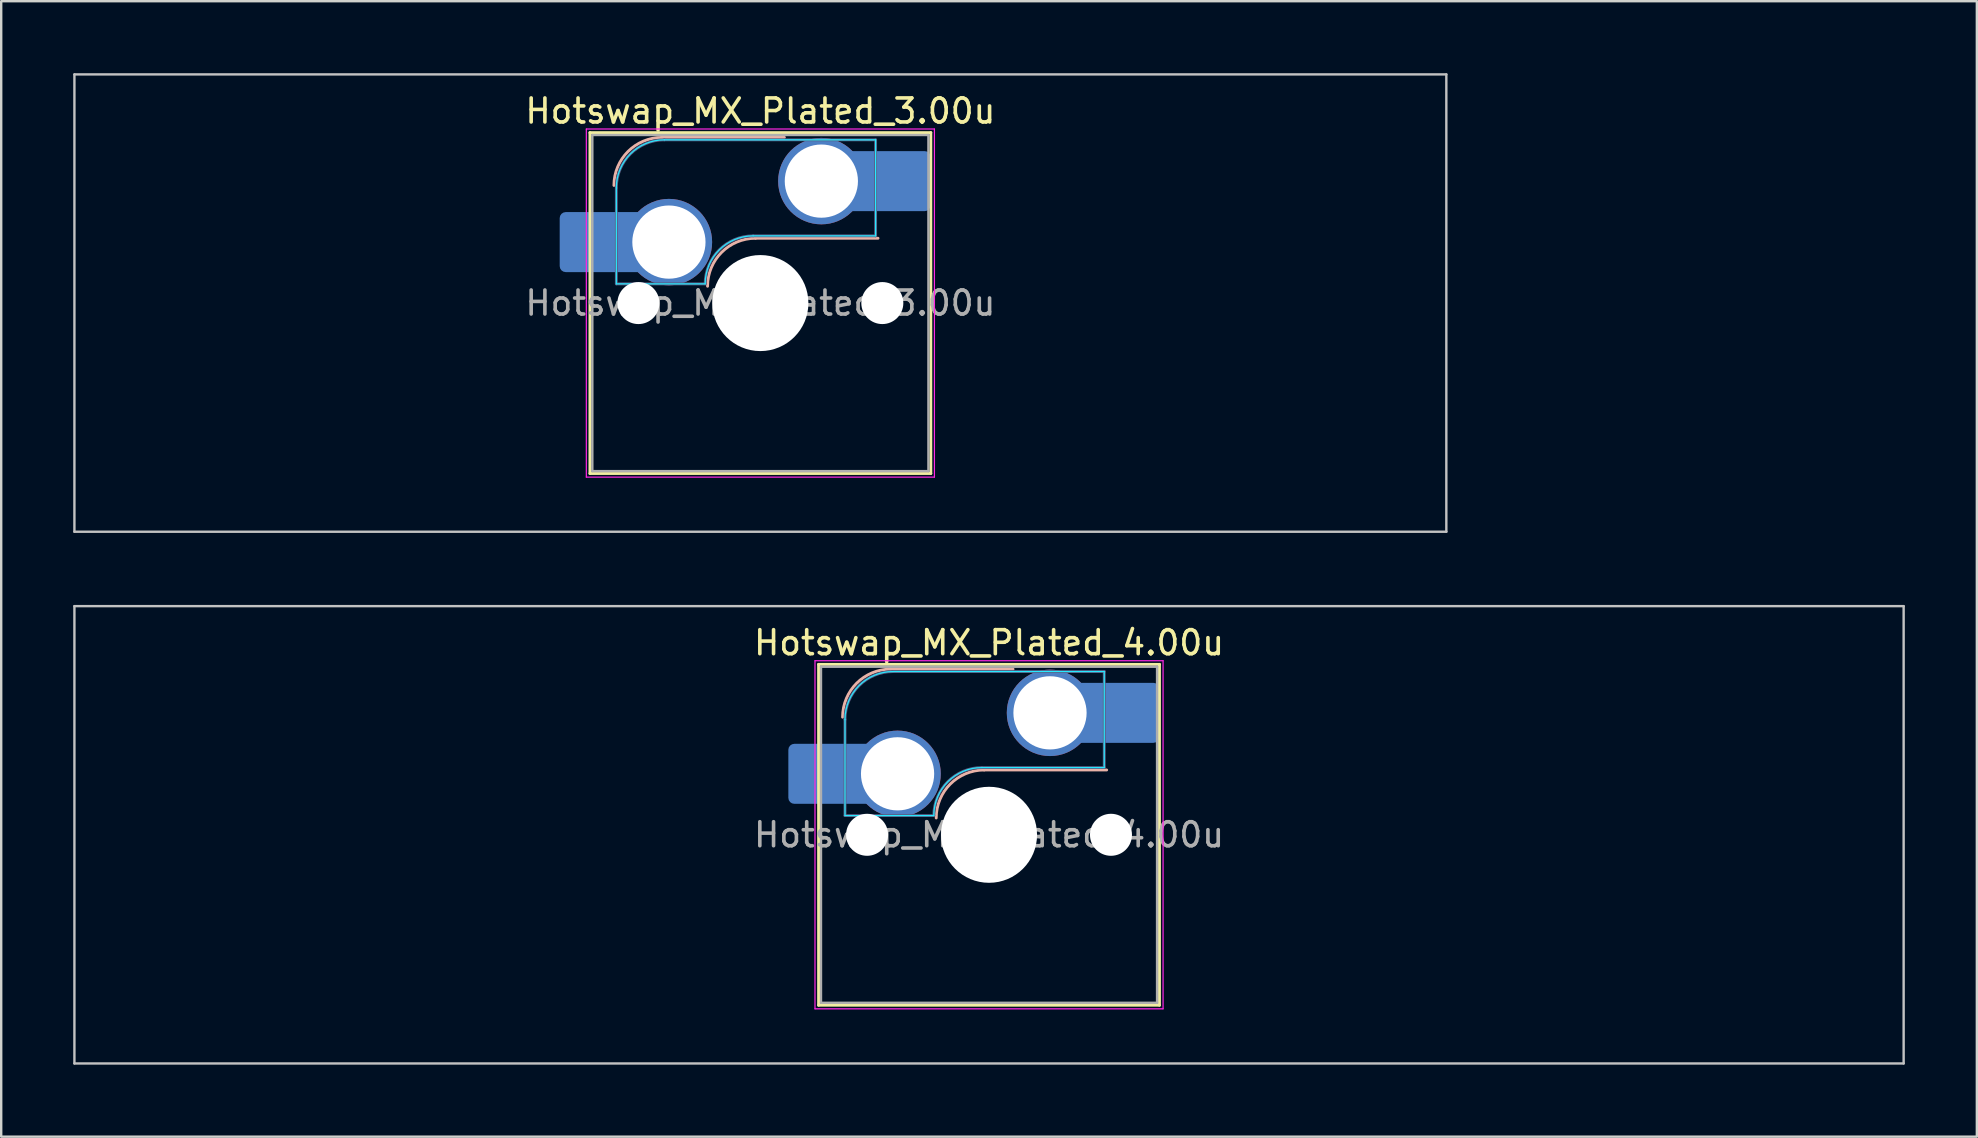
<source format=kicad_pcb>
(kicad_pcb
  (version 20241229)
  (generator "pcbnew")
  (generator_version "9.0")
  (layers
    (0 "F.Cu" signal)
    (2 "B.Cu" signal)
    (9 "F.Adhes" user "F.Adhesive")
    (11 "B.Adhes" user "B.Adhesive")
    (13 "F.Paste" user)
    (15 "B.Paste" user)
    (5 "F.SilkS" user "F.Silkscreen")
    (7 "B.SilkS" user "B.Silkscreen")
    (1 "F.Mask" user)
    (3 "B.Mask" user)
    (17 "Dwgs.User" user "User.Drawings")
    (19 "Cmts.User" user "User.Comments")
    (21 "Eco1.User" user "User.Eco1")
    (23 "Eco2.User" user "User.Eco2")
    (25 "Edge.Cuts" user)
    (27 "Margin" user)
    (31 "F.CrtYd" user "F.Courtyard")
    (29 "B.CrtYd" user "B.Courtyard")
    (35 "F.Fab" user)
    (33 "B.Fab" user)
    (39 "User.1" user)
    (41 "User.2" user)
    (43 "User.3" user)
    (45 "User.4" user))
  (footprint "Hotswap_MX_Plated_4.00u"
    (layer "F.Cu")
    (at 38.15 31.725)
    (property "Reference" "Hotswap_MX_Plated_4.00u" (at 0 -8 0) (layer "F.SilkS") (effects (font (size 1 1) (thickness 0.15))))
    (attr smd)
    (fp_line (start -7.1 -7.1) (end -7.1 7.1) (stroke (width 0.12) (type solid)) (layer "F.SilkS"))
    (fp_line (start -7.1 7.1) (end 7.1 7.1) (stroke (width 0.12) (type solid)) (layer "F.SilkS"))
    (fp_line (start 7.1 -7.1) (end -7.1 -7.1) (stroke (width 0.12) (type solid)) (layer "F.SilkS"))
    (fp_line (start 7.1 7.1) (end 7.1 -7.1) (stroke (width 0.12) (type solid)) (layer "F.SilkS"))
    (fp_line (start -4.1 -6.9) (end 1 -6.9) (stroke (width 0.12) (type solid)) (layer "B.SilkS"))
    (fp_line (start -0.2 -2.7) (end 4.9 -2.7) (stroke (width 0.12) (type solid)) (layer "B.SilkS"))
    (fp_arc (start -6.1 -4.9) (mid -5.514214 -6.314214) (end -4.1 -6.9) (stroke (width 0.12) (type solid)) (layer "B.SilkS"))
    (fp_arc (start -2.2 -0.7) (mid -1.614214 -2.114214) (end -0.2 -2.7) (stroke (width 0.12) (type solid)) (layer "B.SilkS"))
    (fp_line (start -38.1 -9.525) (end -38.1 9.525) (stroke (width 0.1) (type solid)) (layer "Dwgs.User"))
    (fp_line (start -38.1 9.525) (end 38.1 9.525) (stroke (width 0.1) (type solid)) (layer "Dwgs.User"))
    (fp_line (start 38.1 -9.525) (end -38.1 -9.525) (stroke (width 0.1) (type solid)) (layer "Dwgs.User"))
    (fp_line (start 38.1 9.525) (end 38.1 -9.525) (stroke (width 0.1) (type solid)) (layer "Dwgs.User"))
    (fp_line (start -7.8 -6) (end -7 -6) (stroke (width 0.1) (type solid)) (layer "Eco1.User"))
    (fp_line (start -7.8 -2.9) (end -7.8 -6) (stroke (width 0.1) (type solid)) (layer "Eco1.User"))
    (fp_line (start -7.8 2.9) (end -7 2.9) (stroke (width 0.1) (type solid)) (layer "Eco1.User"))
    (fp_line (start -7.8 6) (end -7.8 2.9) (stroke (width 0.1) (type solid)) (layer "Eco1.User"))
    (fp_line (start -7 -7) (end 7 -7) (stroke (width 0.1) (type solid)) (layer "Eco1.User"))
    (fp_line (start -7 -6) (end -7 -7) (stroke (width 0.1) (type solid)) (layer "Eco1.User"))
    (fp_line (start -7 -2.9) (end -7.8 -2.9) (stroke (width 0.1) (type solid)) (layer "Eco1.User"))
    (fp_line (start -7 2.9) (end -7 -2.9) (stroke (width 0.1) (type solid)) (layer "Eco1.User"))
    (fp_line (start -7 6) (end -7.8 6) (stroke (width 0.1) (type solid)) (layer "Eco1.User"))
    (fp_line (start -7 7) (end -7 6) (stroke (width 0.1) (type solid)) (layer "Eco1.User"))
    (fp_line (start 7 -7) (end 7 -6) (stroke (width 0.1) (type solid)) (layer "Eco1.User"))
    (fp_line (start 7 -6) (end 7.8 -6) (stroke (width 0.1) (type solid)) (layer "Eco1.User"))
    (fp_line (start 7 -2.9) (end 7 2.9) (stroke (width 0.1) (type solid)) (layer "Eco1.User"))
    (fp_line (start 7 2.9) (end 7.8 2.9) (stroke (width 0.1) (type solid)) (layer "Eco1.User"))
    (fp_line (start 7 6) (end 7 7) (stroke (width 0.1) (type solid)) (layer "Eco1.User"))
    (fp_line (start 7 7) (end -7 7) (stroke (width 0.1) (type solid)) (layer "Eco1.User"))
    (fp_line (start 7.8 -6) (end 7.8 -2.9) (stroke (width 0.1) (type solid)) (layer "Eco1.User"))
    (fp_line (start 7.8 -2.9) (end 7 -2.9) (stroke (width 0.1) (type solid)) (layer "Eco1.User"))
    (fp_line (start 7.8 2.9) (end 7.8 6) (stroke (width 0.1) (type solid)) (layer "Eco1.User"))
    (fp_line (start 7.8 6) (end 7 6) (stroke (width 0.1) (type solid)) (layer "Eco1.User"))
    (fp_line (start -6 -0.8) (end -6 -4.8) (stroke (width 0.05) (type solid)) (layer "B.CrtYd"))
    (fp_line (start -6 -0.8) (end -2.3 -0.8) (stroke (width 0.05) (type solid)) (layer "B.CrtYd"))
    (fp_line (start -4 -6.8) (end 4.8 -6.8) (stroke (width 0.05) (type solid)) (layer "B.CrtYd"))
    (fp_line (start -0.3 -2.8) (end 4.8 -2.8) (stroke (width 0.05) (type solid)) (layer "B.CrtYd"))
    (fp_line (start 4.8 -6.8) (end 4.8 -2.8) (stroke (width 0.05) (type solid)) (layer "B.CrtYd"))
    (fp_arc (start -6 -4.8) (mid -5.414214 -6.214214) (end -4 -6.8) (stroke (width 0.05) (type solid)) (layer "B.CrtYd"))
    (fp_arc (start -2.3 -0.8) (mid -1.714214 -2.214214) (end -0.3 -2.8) (stroke (width 0.05) (type solid)) (layer "B.CrtYd"))
    (fp_line (start -7.25 -7.25) (end -7.25 7.25) (stroke (width 0.05) (type solid)) (layer "F.CrtYd"))
    (fp_line (start -7.25 7.25) (end 7.25 7.25) (stroke (width 0.05) (type solid)) (layer "F.CrtYd"))
    (fp_line (start 7.25 -7.25) (end -7.25 -7.25) (stroke (width 0.05) (type solid)) (layer "F.CrtYd"))
    (fp_line (start 7.25 7.25) (end 7.25 -7.25) (stroke (width 0.05) (type solid)) (layer "F.CrtYd"))
    (fp_line (start -6 -0.8) (end -6 -4.8) (stroke (width 0.12) (type solid)) (layer "B.Fab"))
    (fp_line (start -6 -0.8) (end -2.3 -0.8) (stroke (width 0.12) (type solid)) (layer "B.Fab"))
    (fp_line (start -4 -6.8) (end 4.8 -6.8) (stroke (width 0.12) (type solid)) (layer "B.Fab"))
    (fp_line (start -0.3 -2.8) (end 4.8 -2.8) (stroke (width 0.12) (type solid)) (layer "B.Fab"))
    (fp_line (start 4.8 -6.8) (end 4.8 -2.8) (stroke (width 0.12) (type solid)) (layer "B.Fab"))
    (fp_arc (start -6 -4.8) (mid -5.414214 -6.214214) (end -4 -6.8) (stroke (width 0.12) (type solid)) (layer "B.Fab"))
    (fp_arc (start -2.3 -0.8) (mid -1.714214 -2.214214) (end -0.3 -2.8) (stroke (width 0.12) (type solid)) (layer "B.Fab"))
    (fp_line (start -7 -7) (end -7 7) (stroke (width 0.1) (type solid)) (layer "F.Fab"))
    (fp_line (start -7 7) (end 7 7) (stroke (width 0.1) (type solid)) (layer "F.Fab"))
    (fp_line (start 7 -7) (end -7 -7) (stroke (width 0.1) (type solid)) (layer "F.Fab"))
    (fp_line (start 7 7) (end 7 -7) (stroke (width 0.1) (type solid)) (layer "F.Fab"))
    (fp_text user "${REFERENCE}" (at 0 0 0) (layer "F.Fab") (effects (font (size 1 1) (thickness 0.15))))
    (pad "" smd roundrect (at -7.085 -2.54) (size 2.55 2.5) (layers "B.Mask" "B.Paste") (roundrect_rratio 0.1))
    (pad "" np_thru_hole circle (at -5.08 0) (size 1.75 1.75) (drill 1.75) (layers "*.Cu" "*.Mask"))
    (pad "" np_thru_hole circle (at 0 0) (size 4 4) (drill 4) (layers "*.Cu" "*.Mask"))
    (pad "" np_thru_hole circle (at 5.08 0) (size 1.75 1.75) (drill 1.75) (layers "*.Cu" "*.Mask"))
    (pad "" smd roundrect (at 5.842 -5.08) (size 2.55 2.5) (layers "B.Mask" "B.Paste") (roundrect_rratio 0.1))
    (pad "1" smd roundrect (at -6.585 -2.54) (size 3.55 2.5) (layers "B.Cu") (roundrect_rratio 0.1))
    (pad "1" thru_hole circle (at -3.81 -2.54) (size 3.6 3.6) (drill 3.05) (layers "*.Cu" "*.Mask"))
    (pad "2" thru_hole circle (at 2.54 -5.08) (size 3.6 3.6) (drill 3.05) (layers "*.Cu" "*.Mask"))
    (pad "2" smd roundrect (at 5.32 -5.08) (size 3.55 2.5) (layers "B.Cu") (roundrect_rratio 0.1)))
  (footprint "Hotswap_MX_Plated_3.00u"
    (layer "F.Cu")
    (at 28.625 9.575)
    (property "Reference" "Hotswap_MX_Plated_3.00u" (at 0 -8 0) (layer "F.SilkS") (effects (font (size 1 1) (thickness 0.15))))
    (attr smd)
    (fp_line (start -7.1 -7.1) (end -7.1 7.1) (stroke (width 0.12) (type solid)) (layer "F.SilkS"))
    (fp_line (start -7.1 7.1) (end 7.1 7.1) (stroke (width 0.12) (type solid)) (layer "F.SilkS"))
    (fp_line (start 7.1 -7.1) (end -7.1 -7.1) (stroke (width 0.12) (type solid)) (layer "F.SilkS"))
    (fp_line (start 7.1 7.1) (end 7.1 -7.1) (stroke (width 0.12) (type solid)) (layer "F.SilkS"))
    (fp_line (start -4.1 -6.9) (end 1 -6.9) (stroke (width 0.12) (type solid)) (layer "B.SilkS"))
    (fp_line (start -0.2 -2.7) (end 4.9 -2.7) (stroke (width 0.12) (type solid)) (layer "B.SilkS"))
    (fp_arc (start -6.1 -4.9) (mid -5.514214 -6.314214) (end -4.1 -6.9) (stroke (width 0.12) (type solid)) (layer "B.SilkS"))
    (fp_arc (start -2.2 -0.7) (mid -1.614214 -2.114214) (end -0.2 -2.7) (stroke (width 0.12) (type solid)) (layer "B.SilkS"))
    (fp_line (start -28.575 -9.525) (end -28.575 9.525) (stroke (width 0.1) (type solid)) (layer "Dwgs.User"))
    (fp_line (start -28.575 9.525) (end 28.575 9.525) (stroke (width 0.1) (type solid)) (layer "Dwgs.User"))
    (fp_line (start 28.575 -9.525) (end -28.575 -9.525) (stroke (width 0.1) (type solid)) (layer "Dwgs.User"))
    (fp_line (start 28.575 9.525) (end 28.575 -9.525) (stroke (width 0.1) (type solid)) (layer "Dwgs.User"))
    (fp_line (start -7.8 -6) (end -7 -6) (stroke (width 0.1) (type solid)) (layer "Eco1.User"))
    (fp_line (start -7.8 -2.9) (end -7.8 -6) (stroke (width 0.1) (type solid)) (layer "Eco1.User"))
    (fp_line (start -7.8 2.9) (end -7 2.9) (stroke (width 0.1) (type solid)) (layer "Eco1.User"))
    (fp_line (start -7.8 6) (end -7.8 2.9) (stroke (width 0.1) (type solid)) (layer "Eco1.User"))
    (fp_line (start -7 -7) (end 7 -7) (stroke (width 0.1) (type solid)) (layer "Eco1.User"))
    (fp_line (start -7 -6) (end -7 -7) (stroke (width 0.1) (type solid)) (layer "Eco1.User"))
    (fp_line (start -7 -2.9) (end -7.8 -2.9) (stroke (width 0.1) (type solid)) (layer "Eco1.User"))
    (fp_line (start -7 2.9) (end -7 -2.9) (stroke (width 0.1) (type solid)) (layer "Eco1.User"))
    (fp_line (start -7 6) (end -7.8 6) (stroke (width 0.1) (type solid)) (layer "Eco1.User"))
    (fp_line (start -7 7) (end -7 6) (stroke (width 0.1) (type solid)) (layer "Eco1.User"))
    (fp_line (start 7 -7) (end 7 -6) (stroke (width 0.1) (type solid)) (layer "Eco1.User"))
    (fp_line (start 7 -6) (end 7.8 -6) (stroke (width 0.1) (type solid)) (layer "Eco1.User"))
    (fp_line (start 7 -2.9) (end 7 2.9) (stroke (width 0.1) (type solid)) (layer "Eco1.User"))
    (fp_line (start 7 2.9) (end 7.8 2.9) (stroke (width 0.1) (type solid)) (layer "Eco1.User"))
    (fp_line (start 7 6) (end 7 7) (stroke (width 0.1) (type solid)) (layer "Eco1.User"))
    (fp_line (start 7 7) (end -7 7) (stroke (width 0.1) (type solid)) (layer "Eco1.User"))
    (fp_line (start 7.8 -6) (end 7.8 -2.9) (stroke (width 0.1) (type solid)) (layer "Eco1.User"))
    (fp_line (start 7.8 -2.9) (end 7 -2.9) (stroke (width 0.1) (type solid)) (layer "Eco1.User"))
    (fp_line (start 7.8 2.9) (end 7.8 6) (stroke (width 0.1) (type solid)) (layer "Eco1.User"))
    (fp_line (start 7.8 6) (end 7 6) (stroke (width 0.1) (type solid)) (layer "Eco1.User"))
    (fp_line (start -6 -0.8) (end -6 -4.8) (stroke (width 0.05) (type solid)) (layer "B.CrtYd"))
    (fp_line (start -6 -0.8) (end -2.3 -0.8) (stroke (width 0.05) (type solid)) (layer "B.CrtYd"))
    (fp_line (start -4 -6.8) (end 4.8 -6.8) (stroke (width 0.05) (type solid)) (layer "B.CrtYd"))
    (fp_line (start -0.3 -2.8) (end 4.8 -2.8) (stroke (width 0.05) (type solid)) (layer "B.CrtYd"))
    (fp_line (start 4.8 -6.8) (end 4.8 -2.8) (stroke (width 0.05) (type solid)) (layer "B.CrtYd"))
    (fp_arc (start -6 -4.8) (mid -5.414214 -6.214214) (end -4 -6.8) (stroke (width 0.05) (type solid)) (layer "B.CrtYd"))
    (fp_arc (start -2.3 -0.8) (mid -1.714214 -2.214214) (end -0.3 -2.8) (stroke (width 0.05) (type solid)) (layer "B.CrtYd"))
    (fp_line (start -7.25 -7.25) (end -7.25 7.25) (stroke (width 0.05) (type solid)) (layer "F.CrtYd"))
    (fp_line (start -7.25 7.25) (end 7.25 7.25) (stroke (width 0.05) (type solid)) (layer "F.CrtYd"))
    (fp_line (start 7.25 -7.25) (end -7.25 -7.25) (stroke (width 0.05) (type solid)) (layer "F.CrtYd"))
    (fp_line (start 7.25 7.25) (end 7.25 -7.25) (stroke (width 0.05) (type solid)) (layer "F.CrtYd"))
    (fp_line (start -6 -0.8) (end -6 -4.8) (stroke (width 0.12) (type solid)) (layer "B.Fab"))
    (fp_line (start -6 -0.8) (end -2.3 -0.8) (stroke (width 0.12) (type solid)) (layer "B.Fab"))
    (fp_line (start -4 -6.8) (end 4.8 -6.8) (stroke (width 0.12) (type solid)) (layer "B.Fab"))
    (fp_line (start -0.3 -2.8) (end 4.8 -2.8) (stroke (width 0.12) (type solid)) (layer "B.Fab"))
    (fp_line (start 4.8 -6.8) (end 4.8 -2.8) (stroke (width 0.12) (type solid)) (layer "B.Fab"))
    (fp_arc (start -6 -4.8) (mid -5.414214 -6.214214) (end -4 -6.8) (stroke (width 0.12) (type solid)) (layer "B.Fab"))
    (fp_arc (start -2.3 -0.8) (mid -1.714214 -2.214214) (end -0.3 -2.8) (stroke (width 0.12) (type solid)) (layer "B.Fab"))
    (fp_line (start -7 -7) (end -7 7) (stroke (width 0.1) (type solid)) (layer "F.Fab"))
    (fp_line (start -7 7) (end 7 7) (stroke (width 0.1) (type solid)) (layer "F.Fab"))
    (fp_line (start 7 -7) (end -7 -7) (stroke (width 0.1) (type solid)) (layer "F.Fab"))
    (fp_line (start 7 7) (end 7 -7) (stroke (width 0.1) (type solid)) (layer "F.Fab"))
    (fp_text user "${REFERENCE}" (at 0 0 0) (layer "F.Fab") (effects (font (size 1 1) (thickness 0.15))))
    (pad "" smd roundrect (at -7.085 -2.54) (size 2.55 2.5) (layers "B.Mask" "B.Paste") (roundrect_rratio 0.1))
    (pad "" np_thru_hole circle (at -5.08 0) (size 1.75 1.75) (drill 1.75) (layers "*.Cu" "*.Mask"))
    (pad "" np_thru_hole circle (at 0 0) (size 4 4) (drill 4) (layers "*.Cu" "*.Mask"))
    (pad "" np_thru_hole circle (at 5.08 0) (size 1.75 1.75) (drill 1.75) (layers "*.Cu" "*.Mask"))
    (pad "" smd roundrect (at 5.842 -5.08) (size 2.55 2.5) (layers "B.Mask" "B.Paste") (roundrect_rratio 0.1))
    (pad "1" smd roundrect (at -6.585 -2.54) (size 3.55 2.5) (layers "B.Cu") (roundrect_rratio 0.1))
    (pad "1" thru_hole circle (at -3.81 -2.54) (size 3.6 3.6) (drill 3.05) (layers "*.Cu" "*.Mask"))
    (pad "2" thru_hole circle (at 2.54 -5.08) (size 3.6 3.6) (drill 3.05) (layers "*.Cu" "*.Mask"))
    (pad "2" smd roundrect (at 5.32 -5.08) (size 3.55 2.5) (layers "B.Cu") (roundrect_rratio 0.1)))
  (gr_rect
    (start -3 -3)
    (end 79.3 44.3)
    (stroke (width 0.1) (type default))
    (fill no)
    (layer "Edge.Cuts")))
</source>
